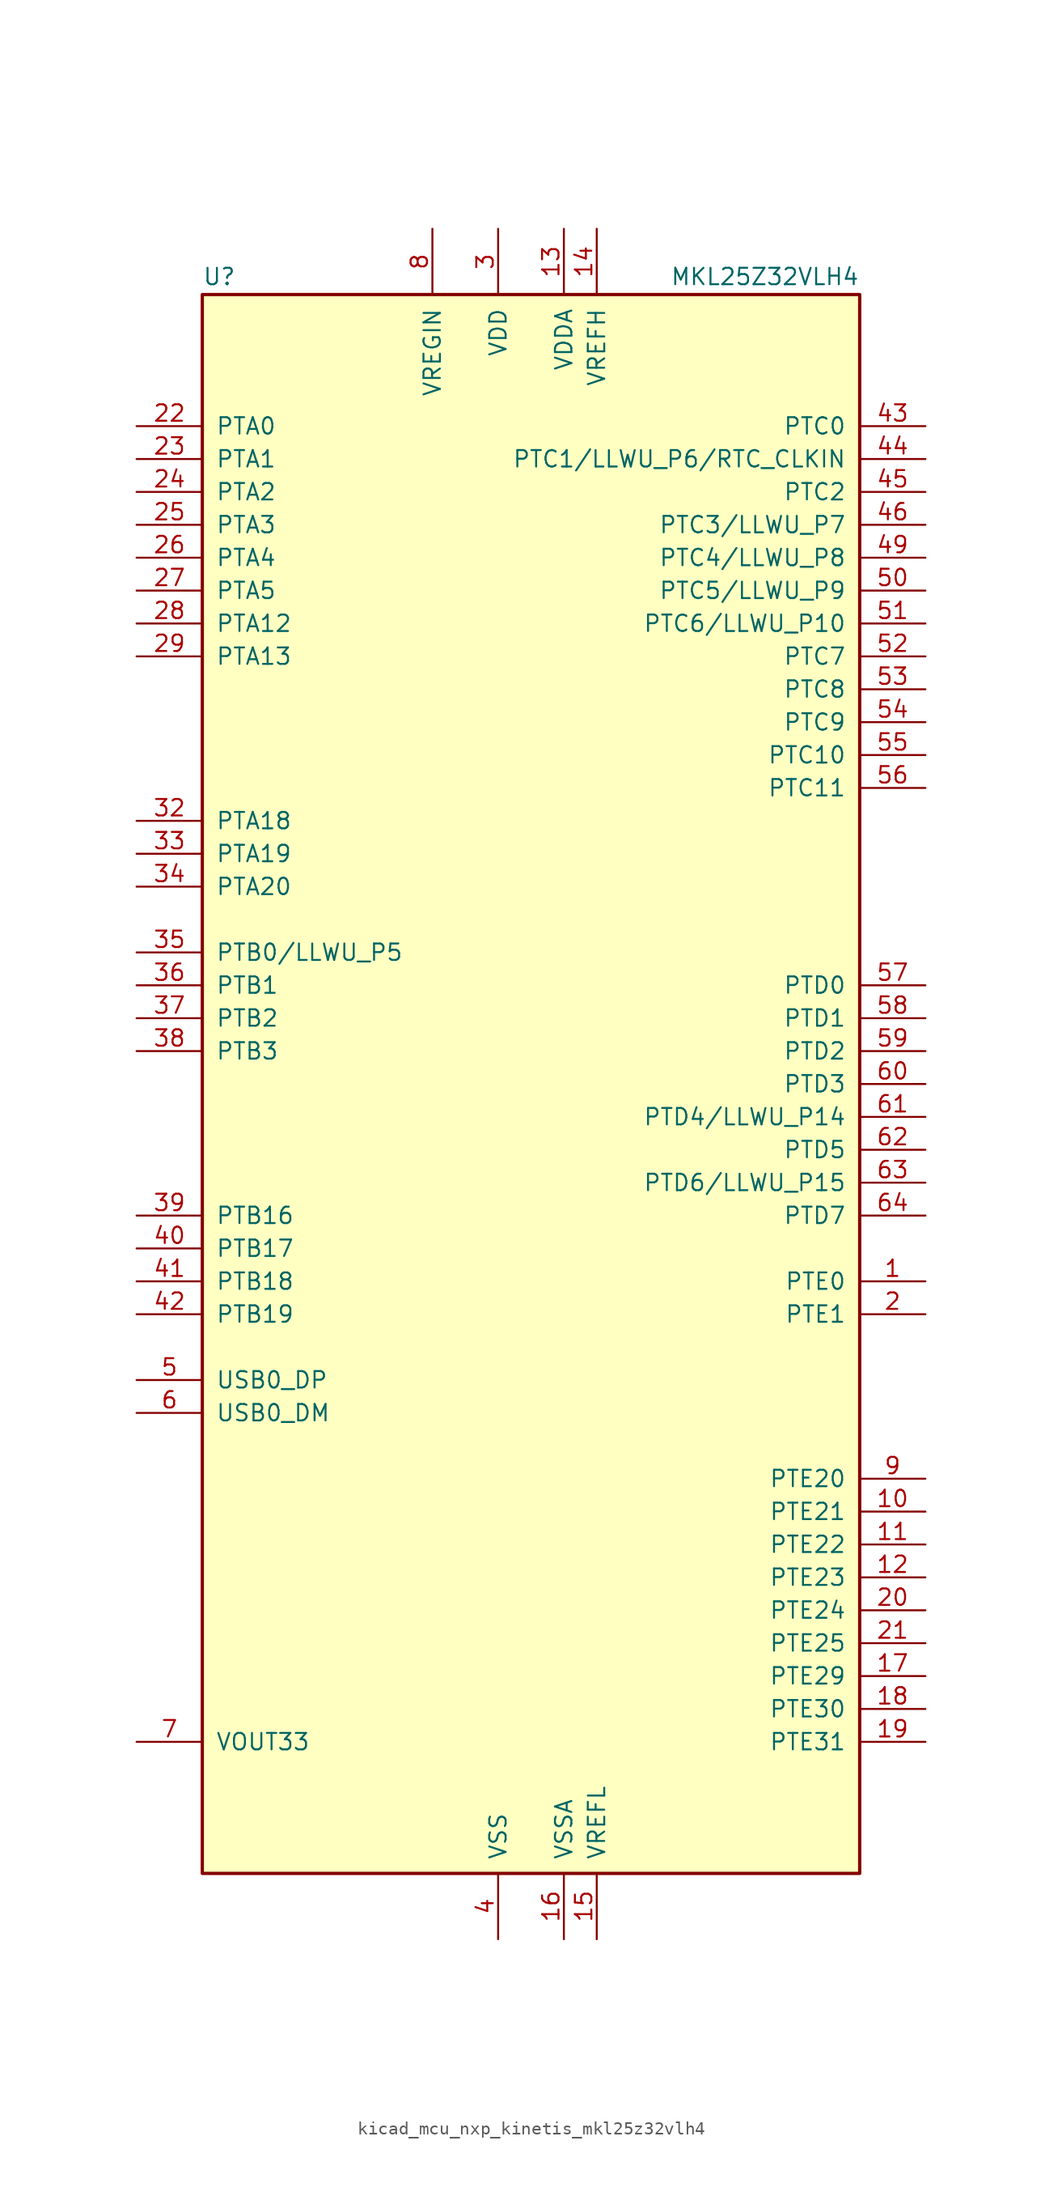
<source format=kicad_sym>
(kicad_symbol_lib
  (version 20220914)
  (generator kicad_symbol_editor)
  (symbol "kicad_mcu_nxp_kinetis_mkl25z32vlh4"
    (pin_names
      (offset 1.016))
    (property "Reference" "U"
      (at -25.4 61.595 0)
      (effects (font (size 1.27 1.27)) (justify left bottom)))
    (property "Value" "MKL25Z32VLH4"
      (at 25.4 61.595 0)
      (effects (font (size 1.27 1.27)) (justify right bottom)))
    (symbol "kicad_mcu_nxp_kinetis_mkl25z32vlh4_0_1"
      (rectangle (start -25.4 60.96) (end 25.4 -60.96) (stroke (width 0.254) (type default)) (fill (type background))))
    (symbol "kicad_mcu_nxp_kinetis_mkl25z32vlh4_1_1"
      (pin bidirectional line (at 30.48 -15.24 180) (length 5.08) (name "PTE0" (effects (font (size 1.27 1.27)))) (number "1" (effects (font (size 1.27 1.27)))))
      (pin bidirectional line (at 30.48 -33.02 180) (length 5.08) (name "PTE21" (effects (font (size 1.27 1.27)))) (number "10" (effects (font (size 1.27 1.27)))))
      (pin bidirectional line (at 30.48 -35.56 180) (length 5.08) (name "PTE22" (effects (font (size 1.27 1.27)))) (number "11" (effects (font (size 1.27 1.27)))))
      (pin bidirectional line (at 30.48 -38.1 180) (length 5.08) (name "PTE23" (effects (font (size 1.27 1.27)))) (number "12" (effects (font (size 1.27 1.27)))))
      (pin power_in line (at 2.54 66.04 270) (length 5.08) (name "VDDA" (effects (font (size 1.27 1.27)))) (number "13" (effects (font (size 1.27 1.27)))))
      (pin power_in line (at 5.08 66.04 270) (length 5.08) (name "VREFH" (effects (font (size 1.27 1.27)))) (number "14" (effects (font (size 1.27 1.27)))))
      (pin power_in line (at 5.08 -66.04 90) (length 5.08) (name "VREFL" (effects (font (size 1.27 1.27)))) (number "15" (effects (font (size 1.27 1.27)))))
      (pin power_in line (at 2.54 -66.04 90) (length 5.08) (name "VSSA" (effects (font (size 1.27 1.27)))) (number "16" (effects (font (size 1.27 1.27)))))
      (pin bidirectional line (at 30.48 -45.72 180) (length 5.08) (name "PTE29" (effects (font (size 1.27 1.27)))) (number "17" (effects (font (size 1.27 1.27)))))
      (pin bidirectional line (at 30.48 -48.26 180) (length 5.08) (name "PTE30" (effects (font (size 1.27 1.27)))) (number "18" (effects (font (size 1.27 1.27)))))
      (pin bidirectional line (at 30.48 -50.8 180) (length 5.08) (name "PTE31" (effects (font (size 1.27 1.27)))) (number "19" (effects (font (size 1.27 1.27)))))
      (pin bidirectional line (at 30.48 -17.78 180) (length 5.08) (name "PTE1" (effects (font (size 1.27 1.27)))) (number "2" (effects (font (size 1.27 1.27)))))
      (pin bidirectional line (at 30.48 -40.64 180) (length 5.08) (name "PTE24" (effects (font (size 1.27 1.27)))) (number "20" (effects (font (size 1.27 1.27)))))
      (pin bidirectional line (at 30.48 -43.18 180) (length 5.08) (name "PTE25" (effects (font (size 1.27 1.27)))) (number "21" (effects (font (size 1.27 1.27)))))
      (pin bidirectional line (at -30.48 50.8 0) (length 5.08) (name "PTA0" (effects (font (size 1.27 1.27)))) (number "22" (effects (font (size 1.27 1.27)))))
      (pin bidirectional line (at -30.48 48.26 0) (length 5.08) (name "PTA1" (effects (font (size 1.27 1.27)))) (number "23" (effects (font (size 1.27 1.27)))))
      (pin bidirectional line (at -30.48 45.72 0) (length 5.08) (name "PTA2" (effects (font (size 1.27 1.27)))) (number "24" (effects (font (size 1.27 1.27)))))
      (pin bidirectional line (at -30.48 43.18 0) (length 5.08) (name "PTA3" (effects (font (size 1.27 1.27)))) (number "25" (effects (font (size 1.27 1.27)))))
      (pin bidirectional line (at -30.48 40.64 0) (length 5.08) (name "PTA4" (effects (font (size 1.27 1.27)))) (number "26" (effects (font (size 1.27 1.27)))))
      (pin bidirectional line (at -30.48 38.1 0) (length 5.08) (name "PTA5" (effects (font (size 1.27 1.27)))) (number "27" (effects (font (size 1.27 1.27)))))
      (pin bidirectional line (at -30.48 35.56 0) (length 5.08) (name "PTA12" (effects (font (size 1.27 1.27)))) (number "28" (effects (font (size 1.27 1.27)))))
      (pin bidirectional line (at -30.48 33.02 0) (length 5.08) (name "PTA13" (effects (font (size 1.27 1.27)))) (number "29" (effects (font (size 1.27 1.27)))))
      (pin power_in line (at -2.54 66.04 270) (length 5.08) (name "VDD" (effects (font (size 1.27 1.27)))) (number "3" (effects (font (size 1.27 1.27)))))
      (pin passive line (at -2.54 66.04 270) (length 5.08) hide (name "VDD" (effects (font (size 1.27 1.27)))) (number "30" (effects (font (size 1.27 1.27)))))
      (pin passive line (at -2.54 -66.04 90) (length 5.08) hide (name "VSS" (effects (font (size 1.27 1.27)))) (number "31" (effects (font (size 1.27 1.27)))))
      (pin bidirectional line (at -30.48 20.32 0) (length 5.08) (name "PTA18" (effects (font (size 1.27 1.27)))) (number "32" (effects (font (size 1.27 1.27)))))
      (pin bidirectional line (at -30.48 17.78 0) (length 5.08) (name "PTA19" (effects (font (size 1.27 1.27)))) (number "33" (effects (font (size 1.27 1.27)))))
      (pin bidirectional line (at -30.48 15.24 0) (length 5.08) (name "PTA20" (effects (font (size 1.27 1.27)))) (number "34" (effects (font (size 1.27 1.27)))))
      (pin bidirectional line (at -30.48 10.16 0) (length 5.08) (name "PTB0/LLWU_P5" (effects (font (size 1.27 1.27)))) (number "35" (effects (font (size 1.27 1.27)))))
      (pin bidirectional line (at -30.48 7.62 0) (length 5.08) (name "PTB1" (effects (font (size 1.27 1.27)))) (number "36" (effects (font (size 1.27 1.27)))))
      (pin bidirectional line (at -30.48 5.08 0) (length 5.08) (name "PTB2" (effects (font (size 1.27 1.27)))) (number "37" (effects (font (size 1.27 1.27)))))
      (pin bidirectional line (at -30.48 2.54 0) (length 5.08) (name "PTB3" (effects (font (size 1.27 1.27)))) (number "38" (effects (font (size 1.27 1.27)))))
      (pin bidirectional line (at -30.48 -10.16 0) (length 5.08) (name "PTB16" (effects (font (size 1.27 1.27)))) (number "39" (effects (font (size 1.27 1.27)))))
      (pin power_in line (at -2.54 -66.04 90) (length 5.08) (name "VSS" (effects (font (size 1.27 1.27)))) (number "4" (effects (font (size 1.27 1.27)))))
      (pin bidirectional line (at -30.48 -12.7 0) (length 5.08) (name "PTB17" (effects (font (size 1.27 1.27)))) (number "40" (effects (font (size 1.27 1.27)))))
      (pin bidirectional line (at -30.48 -15.24 0) (length 5.08) (name "PTB18" (effects (font (size 1.27 1.27)))) (number "41" (effects (font (size 1.27 1.27)))))
      (pin bidirectional line (at -30.48 -17.78 0) (length 5.08) (name "PTB19" (effects (font (size 1.27 1.27)))) (number "42" (effects (font (size 1.27 1.27)))))
      (pin bidirectional line (at 30.48 50.8 180) (length 5.08) (name "PTC0" (effects (font (size 1.27 1.27)))) (number "43" (effects (font (size 1.27 1.27)))))
      (pin bidirectional line (at 30.48 48.26 180) (length 5.08) (name "PTC1/LLWU_P6/RTC_CLKIN" (effects (font (size 1.27 1.27)))) (number "44" (effects (font (size 1.27 1.27)))))
      (pin bidirectional line (at 30.48 45.72 180) (length 5.08) (name "PTC2" (effects (font (size 1.27 1.27)))) (number "45" (effects (font (size 1.27 1.27)))))
      (pin bidirectional line (at 30.48 43.18 180) (length 5.08) (name "PTC3/LLWU_P7" (effects (font (size 1.27 1.27)))) (number "46" (effects (font (size 1.27 1.27)))))
      (pin passive line (at -2.54 -66.04 90) (length 5.08) hide (name "VSS" (effects (font (size 1.27 1.27)))) (number "47" (effects (font (size 1.27 1.27)))))
      (pin passive line (at -2.54 66.04 270) (length 5.08) hide (name "VDD" (effects (font (size 1.27 1.27)))) (number "48" (effects (font (size 1.27 1.27)))))
      (pin bidirectional line (at 30.48 40.64 180) (length 5.08) (name "PTC4/LLWU_P8" (effects (font (size 1.27 1.27)))) (number "49" (effects (font (size 1.27 1.27)))))
      (pin bidirectional line (at -30.48 -22.86 0) (length 5.08) (name "USB0_DP" (effects (font (size 1.27 1.27)))) (number "5" (effects (font (size 1.27 1.27)))))
      (pin bidirectional line (at 30.48 38.1 180) (length 5.08) (name "PTC5/LLWU_P9" (effects (font (size 1.27 1.27)))) (number "50" (effects (font (size 1.27 1.27)))))
      (pin bidirectional line (at 30.48 35.56 180) (length 5.08) (name "PTC6/LLWU_P10" (effects (font (size 1.27 1.27)))) (number "51" (effects (font (size 1.27 1.27)))))
      (pin bidirectional line (at 30.48 33.02 180) (length 5.08) (name "PTC7" (effects (font (size 1.27 1.27)))) (number "52" (effects (font (size 1.27 1.27)))))
      (pin bidirectional line (at 30.48 30.48 180) (length 5.08) (name "PTC8" (effects (font (size 1.27 1.27)))) (number "53" (effects (font (size 1.27 1.27)))))
      (pin bidirectional line (at 30.48 27.94 180) (length 5.08) (name "PTC9" (effects (font (size 1.27 1.27)))) (number "54" (effects (font (size 1.27 1.27)))))
      (pin bidirectional line (at 30.48 25.4 180) (length 5.08) (name "PTC10" (effects (font (size 1.27 1.27)))) (number "55" (effects (font (size 1.27 1.27)))))
      (pin bidirectional line (at 30.48 22.86 180) (length 5.08) (name "PTC11" (effects (font (size 1.27 1.27)))) (number "56" (effects (font (size 1.27 1.27)))))
      (pin bidirectional line (at 30.48 7.62 180) (length 5.08) (name "PTD0" (effects (font (size 1.27 1.27)))) (number "57" (effects (font (size 1.27 1.27)))))
      (pin bidirectional line (at 30.48 5.08 180) (length 5.08) (name "PTD1" (effects (font (size 1.27 1.27)))) (number "58" (effects (font (size 1.27 1.27)))))
      (pin bidirectional line (at 30.48 2.54 180) (length 5.08) (name "PTD2" (effects (font (size 1.27 1.27)))) (number "59" (effects (font (size 1.27 1.27)))))
      (pin bidirectional line (at -30.48 -25.4 0) (length 5.08) (name "USB0_DM" (effects (font (size 1.27 1.27)))) (number "6" (effects (font (size 1.27 1.27)))))
      (pin bidirectional line (at 30.48 0 180) (length 5.08) (name "PTD3" (effects (font (size 1.27 1.27)))) (number "60" (effects (font (size 1.27 1.27)))))
      (pin bidirectional line (at 30.48 -2.54 180) (length 5.08) (name "PTD4/LLWU_P14" (effects (font (size 1.27 1.27)))) (number "61" (effects (font (size 1.27 1.27)))))
      (pin bidirectional line (at 30.48 -5.08 180) (length 5.08) (name "PTD5" (effects (font (size 1.27 1.27)))) (number "62" (effects (font (size 1.27 1.27)))))
      (pin bidirectional line (at 30.48 -7.62 180) (length 5.08) (name "PTD6/LLWU_P15" (effects (font (size 1.27 1.27)))) (number "63" (effects (font (size 1.27 1.27)))))
      (pin bidirectional line (at 30.48 -10.16 180) (length 5.08) (name "PTD7" (effects (font (size 1.27 1.27)))) (number "64" (effects (font (size 1.27 1.27)))))
      (pin power_out line (at -30.48 -50.8 0) (length 5.08) (name "VOUT33" (effects (font (size 1.27 1.27)))) (number "7" (effects (font (size 1.27 1.27)))))
      (pin power_in line (at -7.62 66.04 270) (length 5.08) (name "VREGIN" (effects (font (size 1.27 1.27)))) (number "8" (effects (font (size 1.27 1.27)))))
      (pin bidirectional line (at 30.48 -30.48 180) (length 5.08) (name "PTE20" (effects (font (size 1.27 1.27)))) (number "9" (effects (font (size 1.27 1.27))))))))
</source>
